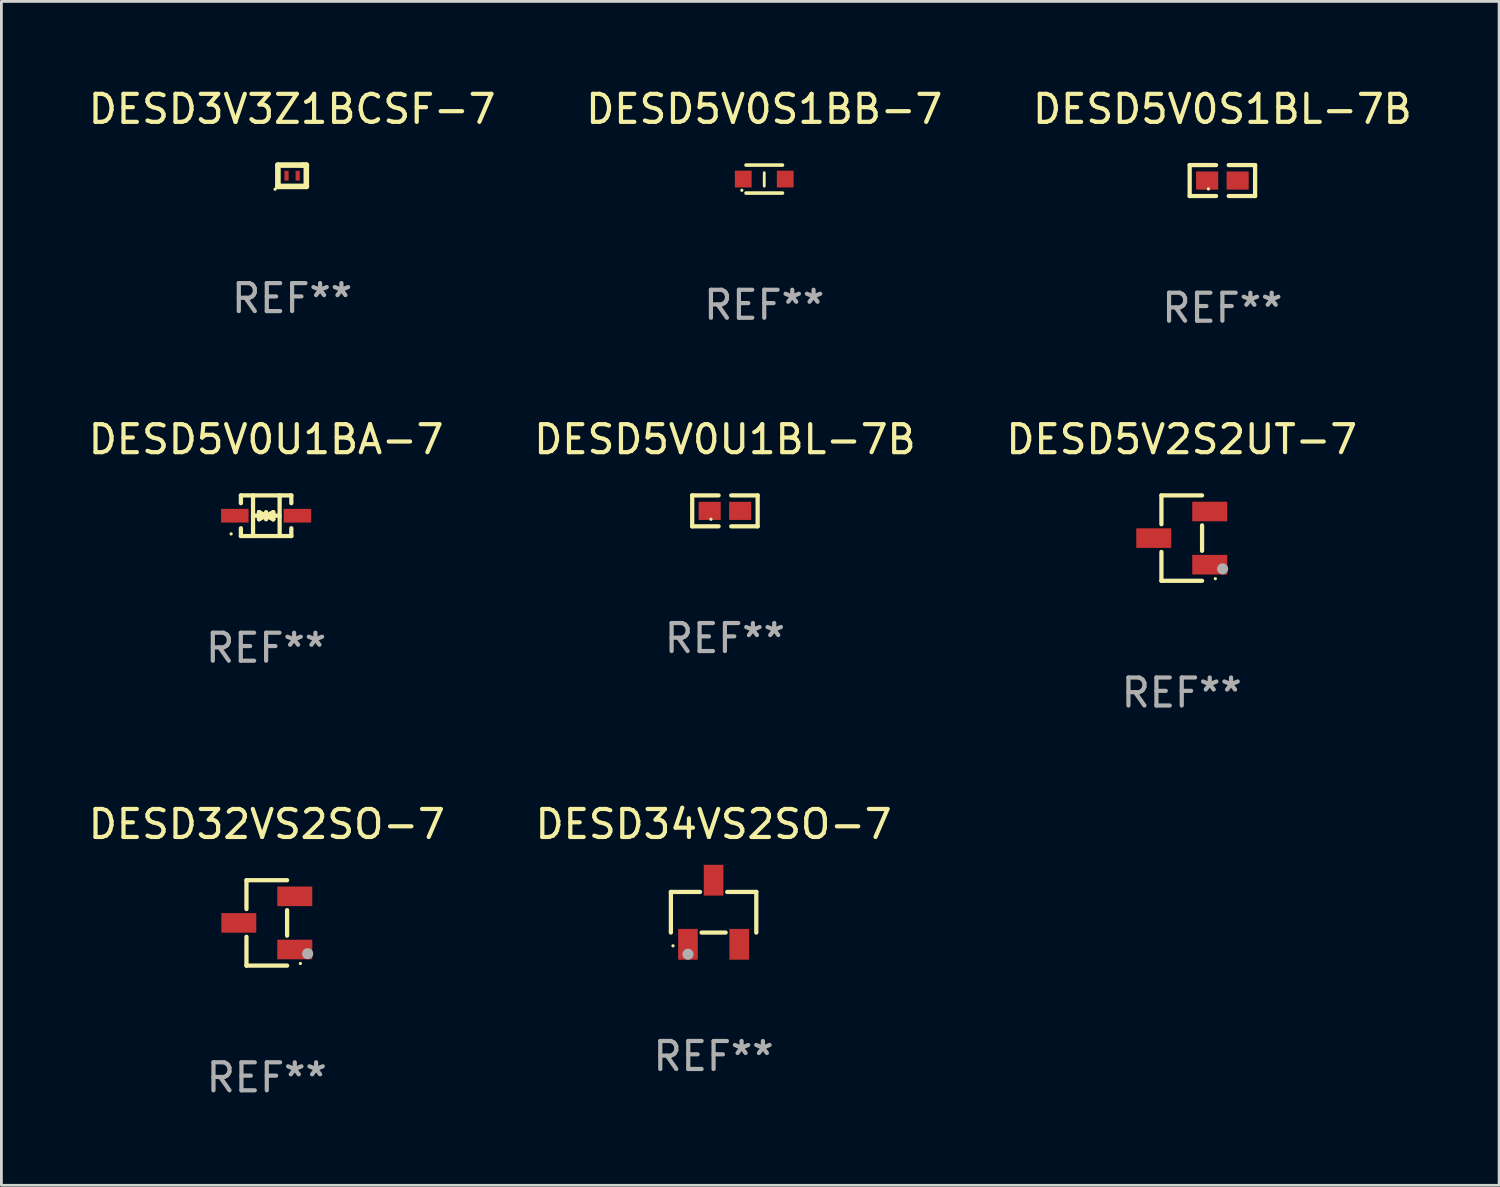
<source format=kicad_pcb>
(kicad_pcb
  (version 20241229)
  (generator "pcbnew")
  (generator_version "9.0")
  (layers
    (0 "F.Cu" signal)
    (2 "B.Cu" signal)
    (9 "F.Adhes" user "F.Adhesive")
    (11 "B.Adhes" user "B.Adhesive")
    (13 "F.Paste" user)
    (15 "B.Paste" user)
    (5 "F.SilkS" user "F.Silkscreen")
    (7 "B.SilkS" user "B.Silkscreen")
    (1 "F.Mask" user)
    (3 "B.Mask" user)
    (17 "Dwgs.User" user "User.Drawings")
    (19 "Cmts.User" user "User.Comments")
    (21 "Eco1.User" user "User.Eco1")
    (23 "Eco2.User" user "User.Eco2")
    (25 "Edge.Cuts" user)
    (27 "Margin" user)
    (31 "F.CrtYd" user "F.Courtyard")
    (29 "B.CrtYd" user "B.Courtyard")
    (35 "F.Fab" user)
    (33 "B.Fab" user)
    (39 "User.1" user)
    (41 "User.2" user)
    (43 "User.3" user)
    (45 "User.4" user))
  (footprint "DESD3V3Z1BCSF-7"
    (layer "F.Cu")
    (at 7.387 3.229)
    (property "Reference" "DESD3V3Z1BCSF-7" (at 0 -2.381 0) (layer "F.SilkS") (effects (font (size 1 1) (thickness 0.15))))
    (attr through_hole)
    (fp_line (start -0.508 -0.381) (end 0.381 -0.381) (stroke (width 0.2) (type solid)) (layer "F.SilkS"))
    (fp_line (start -0.508 0.381) (end -0.508 -0.381) (stroke (width 0.2) (type solid)) (layer "F.SilkS"))
    (fp_line (start 0.381 -0.381) (end 0.508 -0.381) (stroke (width 0.2) (type solid)) (layer "F.SilkS"))
    (fp_line (start 0.508 -0.381) (end 0.508 0.381) (stroke (width 0.2) (type solid)) (layer "F.SilkS"))
    (fp_line (start 0.508 0.381) (end -0.508 0.381) (stroke (width 0.2) (type solid)) (layer "F.SilkS"))
    (fp_circle (center -0.608 0.481) (end -0.578 0.481) (stroke (width 0.06) (type solid)) (fill no) (layer "F.SilkS"))
    (fp_text user "REF**" (at 0 4.381 0) (layer "F.Fab") (effects (font (size 1 1) (thickness 0.15))))
    (pad "1" smd rect (at -0.2 0) (size 0.15 0.35) (layers "F.Cu" "F.Mask" "F.Paste"))
    (pad "2" smd rect (at 0.2 0) (size 0.15 0.35) (layers "F.Cu" "F.Mask" "F.Paste")))
  (footprint "DESD5V0S1BL-7B"
    (layer "F.Cu")
    (at 40.625 3.401)
    (property "Reference" "DESD5V0S1BL-7B" (at 0 -2.553 0) (layer "F.SilkS") (effects (font (size 1 1) (thickness 0.15))))
    (attr through_hole)
    (fp_line (start -1.169 -0.553) (end -0.226 -0.553) (stroke (width 0.152) (type solid)) (layer "F.SilkS"))
    (fp_line (start -1.169 0.553) (end -1.169 -0.553) (stroke (width 0.152) (type solid)) (layer "F.SilkS"))
    (fp_line (start -0.226 0.553) (end -1.169 0.553) (stroke (width 0.152) (type solid)) (layer "F.SilkS"))
    (fp_line (start 0.226 0.553) (end 1.169 0.553) (stroke (width 0.152) (type solid)) (layer "F.SilkS"))
    (fp_line (start 1.169 -0.553) (end 0.226 -0.553) (stroke (width 0.152) (type solid)) (layer "F.SilkS"))
    (fp_line (start 1.169 0.553) (end 1.169 -0.553) (stroke (width 0.152) (type solid)) (layer "F.SilkS"))
    (fp_circle (center -0.5 0.3) (end -0.47 0.3) (stroke (width 0.06) (type solid)) (fill no) (layer "F.SilkS"))
    (fp_text user "REF**" (at 0 4.553 0) (layer "F.Fab") (effects (font (size 1 1) (thickness 0.15))))
    (pad "1" smd rect (at -0.545 0) (size 0.79 0.648) (layers "F.Cu" "F.Mask" "F.Paste"))
    (pad "2" smd rect (at 0.545 0) (size 0.79 0.648) (layers "F.Cu" "F.Mask" "F.Paste")))
  (footprint "DESD5V0U1BL-7B"
    (layer "F.Cu")
    (at 22.851 15.203)
    (property "Reference" "DESD5V0U1BL-7B" (at 0 -2.553 0) (layer "F.SilkS") (effects (font (size 1 1) (thickness 0.15))))
    (attr through_hole)
    (fp_line (start -1.169 -0.553) (end -0.226 -0.553) (stroke (width 0.152) (type solid)) (layer "F.SilkS"))
    (fp_line (start -1.169 0.553) (end -1.169 -0.553) (stroke (width 0.152) (type solid)) (layer "F.SilkS"))
    (fp_line (start -0.226 0.553) (end -1.169 0.553) (stroke (width 0.152) (type solid)) (layer "F.SilkS"))
    (fp_line (start 0.226 0.553) (end 1.169 0.553) (stroke (width 0.152) (type solid)) (layer "F.SilkS"))
    (fp_line (start 1.169 -0.553) (end 0.226 -0.553) (stroke (width 0.152) (type solid)) (layer "F.SilkS"))
    (fp_line (start 1.169 0.553) (end 1.169 -0.553) (stroke (width 0.152) (type solid)) (layer "F.SilkS"))
    (fp_circle (center -0.5 0.3) (end -0.47 0.3) (stroke (width 0.06) (type solid)) (fill no) (layer "F.SilkS"))
    (fp_text user "REF**" (at 0 4.553 0) (layer "F.Fab") (effects (font (size 1 1) (thickness 0.15))))
    (pad "1" smd rect (at -0.545 0) (size 0.79 0.648) (layers "F.Cu" "F.Mask" "F.Paste"))
    (pad "2" smd rect (at 0.545 0) (size 0.79 0.648) (layers "F.Cu" "F.Mask" "F.Paste")))
  (footprint "DESD5V0U1BA-7"
    (layer "F.Cu")
    (at 6.458 15.376)
    (property "Reference" "DESD5V0U1BA-7" (at 0 -2.726 0) (layer "F.SilkS") (effects (font (size 1 1) (thickness 0.15))))
    (attr through_hole)
    (fp_line (start -0.901 -0.726) (end -0.901 -0.448) (stroke (width 0.152) (type solid)) (layer "F.SilkS"))
    (fp_line (start -0.901 0.726) (end -0.901 0.448) (stroke (width 0.152) (type solid)) (layer "F.SilkS"))
    (fp_line (start -0.467 0) (end 0.483 -0.003) (stroke (width 0.154) (type solid)) (layer "F.SilkS"))
    (fp_line (start -0.467 0.726) (end -0.467 -0.726) (stroke (width 0.152) (type solid)) (layer "F.SilkS"))
    (fp_line (start -0.254 -0.127) (end -0.254 -0.127) (stroke (width 0.154) (type solid)) (layer "F.SilkS"))
    (fp_line (start -0.254 -0.127) (end -0.002 -0.003) (stroke (width 0.154) (type solid)) (layer "F.SilkS"))
    (fp_line (start -0.254 0.127) (end -0.254 -0.127) (stroke (width 0.154) (type solid)) (layer "F.SilkS"))
    (fp_line (start -0.127 0) (end 0.003 0) (stroke (width 0.154) (type solid)) (layer "F.SilkS"))
    (fp_line (start -0.003 0) (end -0.254 0.127) (stroke (width 0.154) (type solid)) (layer "F.SilkS"))
    (fp_line (start 0 -0.127) (end 0 0.127) (stroke (width 0.154) (type solid)) (layer "F.SilkS"))
    (fp_line (start 0.003 0) (end 0.254 -0.127) (stroke (width 0.154) (type solid)) (layer "F.SilkS"))
    (fp_line (start 0.127 0) (end -0.003 0) (stroke (width 0.154) (type solid)) (layer "F.SilkS"))
    (fp_line (start 0.254 -0.127) (end 0.254 0.127) (stroke (width 0.154) (type solid)) (layer "F.SilkS"))
    (fp_line (start 0.254 0.127) (end 0.002 0.003) (stroke (width 0.154) (type solid)) (layer "F.SilkS"))
    (fp_line (start 0.254 0.127) (end 0.254 0.127) (stroke (width 0.154) (type solid)) (layer "F.SilkS"))
    (fp_line (start 0.483 0.726) (end 0.483 -0.726) (stroke (width 0.152) (type solid)) (layer "F.SilkS"))
    (fp_line (start 0.901 -0.726) (end -0.901 -0.726) (stroke (width 0.152) (type solid)) (layer "F.SilkS"))
    (fp_line (start 0.901 -0.726) (end 0.901 -0.448) (stroke (width 0.152) (type solid)) (layer "F.SilkS"))
    (fp_line (start 0.901 0.726) (end -0.901 0.726) (stroke (width 0.152) (type solid)) (layer "F.SilkS"))
    (fp_line (start 0.901 0.726) (end 0.901 0.448) (stroke (width 0.152) (type solid)) (layer "F.SilkS"))
    (fp_circle (center -1.25 0.65) (end -1.22 0.65) (stroke (width 0.06) (type solid)) (fill no) (layer "F.SilkS"))
    (fp_text user "REF**" (at 0 4.726 0) (layer "F.Fab") (effects (font (size 1 1) (thickness 0.15))))
    (pad "1" smd rect (at -1.118 0) (size 0.985 0.49) (layers "F.Cu" "F.Mask" "F.Paste"))
    (pad "2" smd rect (at 1.118 0) (size 0.985 0.49) (layers "F.Cu" "F.Mask" "F.Paste")))
  (footprint "DESD34VS2SO-7"
    (layer "F.Cu")
    (at 22.446 29.544)
    (property "Reference" "DESD34VS2SO-7" (at 0 -3.145 0) (layer "F.SilkS") (effects (font (size 1 1) (thickness 0.15))))
    (attr through_hole)
    (fp_line (start -1.526 -0.726) (end -0.485 -0.726) (stroke (width 0.152) (type solid)) (layer "F.SilkS"))
    (fp_line (start -1.526 0.726) (end -1.526 -0.726) (stroke (width 0.152) (type solid)) (layer "F.SilkS"))
    (fp_line (start 0.43 0.726) (end -0.43 0.726) (stroke (width 0.152) (type solid)) (layer "F.SilkS"))
    (fp_line (start 1.526 -0.726) (end 0.485 -0.726) (stroke (width 0.152) (type solid)) (layer "F.SilkS"))
    (fp_line (start 1.526 0.726) (end 1.526 -0.726) (stroke (width 0.152) (type solid)) (layer "F.SilkS"))
    (fp_circle (center -1.45 1.2) (end -1.42 1.2) (stroke (width 0.06) (type solid)) (fill no) (layer "F.SilkS"))
    (fp_circle (center -0.915 1.5) (end -0.815 1.5) (stroke (width 0.2) (type solid)) (fill no) (layer "F.Fab"))
    (fp_text user "REF**" (at 0 5.145 0) (layer "F.Fab") (effects (font (size 1 1) (thickness 0.15))))
    (pad "1" smd rect (at -0.915 1.145) (size 0.7 1.1) (layers "F.Cu" "F.Mask" "F.Paste"))
    (pad "2" smd rect (at 0.915 1.145) (size 0.7 1.1) (layers "F.Cu" "F.Mask" "F.Paste"))
    (pad "3" smd rect (at 0.000127 -1.145) (size 0.7 1.1) (layers "F.Cu" "F.Mask" "F.Paste")))
  (footprint "DESD32VS2SO-7"
    (layer "F.Cu")
    (at 6.482 29.925)
    (property "Reference" "DESD32VS2SO-7" (at 0 -3.526 0) (layer "F.SilkS") (effects (font (size 1 1) (thickness 0.15))))
    (attr through_hole)
    (fp_line (start -0.726 -1.526) (end -0.726 -0.495) (stroke (width 0.152) (type solid)) (layer "F.SilkS"))
    (fp_line (start -0.726 1.526) (end -0.726 0.495) (stroke (width 0.152) (type solid)) (layer "F.SilkS"))
    (fp_line (start 0.726 -1.526) (end -0.726 -1.526) (stroke (width 0.152) (type solid)) (layer "F.SilkS"))
    (fp_line (start 0.726 -0.455) (end 0.726 0.455) (stroke (width 0.152) (type solid)) (layer "F.SilkS"))
    (fp_line (start 0.726 1.526) (end -0.726 1.526) (stroke (width 0.152) (type solid)) (layer "F.SilkS"))
    (fp_circle (center 1.2 1.45) (end 1.23 1.45) (stroke (width 0.06) (type solid)) (fill no) (layer "F.SilkS"))
    (fp_circle (center 1.46 1.1) (end 1.56 1.1) (stroke (width 0.2) (type solid)) (fill no) (layer "F.Fab"))
    (fp_text user "REF**" (at 0 5.526 0) (layer "F.Fab") (effects (font (size 1 1) (thickness 0.15))))
    (pad "1" smd rect (at 1 0.95) (size 1.25 0.7) (layers "F.Cu" "F.Mask" "F.Paste"))
    (pad "2" smd rect (at 1 -0.95) (size 1.25 0.7) (layers "F.Cu" "F.Mask" "F.Paste"))
    (pad "3" smd rect (at -1 0) (size 1.25 0.7) (layers "F.Cu" "F.Mask" "F.Paste")))
  (footprint "DESD5V2S2UT-7"
    (layer "F.Cu")
    (at 39.173 16.176)
    (property "Reference" "DESD5V2S2UT-7" (at 0 -3.526 0) (layer "F.SilkS") (effects (font (size 1 1) (thickness 0.15))))
    (attr through_hole)
    (fp_line (start -0.726 -1.526) (end -0.726 -0.495) (stroke (width 0.152) (type solid)) (layer "F.SilkS"))
    (fp_line (start -0.726 1.526) (end -0.726 0.495) (stroke (width 0.152) (type solid)) (layer "F.SilkS"))
    (fp_line (start 0.726 -1.526) (end -0.726 -1.526) (stroke (width 0.152) (type solid)) (layer "F.SilkS"))
    (fp_line (start 0.726 -0.455) (end 0.726 0.455) (stroke (width 0.152) (type solid)) (layer "F.SilkS"))
    (fp_line (start 0.726 1.526) (end -0.726 1.526) (stroke (width 0.152) (type solid)) (layer "F.SilkS"))
    (fp_circle (center 1.2 1.45) (end 1.23 1.45) (stroke (width 0.06) (type solid)) (fill no) (layer "F.SilkS"))
    (fp_circle (center 1.46 1.1) (end 1.56 1.1) (stroke (width 0.2) (type solid)) (fill no) (layer "F.Fab"))
    (fp_text user "REF**" (at 0 5.526 0) (layer "F.Fab") (effects (font (size 1 1) (thickness 0.15))))
    (pad "1" smd rect (at 1 0.95) (size 1.25 0.7) (layers "F.Cu" "F.Mask" "F.Paste"))
    (pad "2" smd rect (at 1 -0.95) (size 1.25 0.7) (layers "F.Cu" "F.Mask" "F.Paste"))
    (pad "3" smd rect (at -1 0) (size 1.25 0.7) (layers "F.Cu" "F.Mask" "F.Paste")))
  (footprint "DESD5V0S1BB-7"
    (layer "F.Cu")
    (at 24.256 3.348)
    (property "Reference" "DESD5V0S1BB-7" (at 0 -2.5 0) (layer "F.SilkS") (effects (font (size 1 1) (thickness 0.15))))
    (attr through_hole)
    (fp_line (start -0.65 -0.5) (end 0.65 -0.5) (stroke (width 0.13) (type solid)) (layer "F.SilkS"))
    (fp_line (start -0.65 0.5) (end 0.65 0.5) (stroke (width 0.13) (type solid)) (layer "F.SilkS"))
    (fp_line (start 0 -0.229) (end 0 0.254) (stroke (width 0.1) (type solid)) (layer "F.SilkS"))
    (fp_circle (center -0.8 0.4) (end -0.77 0.4) (stroke (width 0.06) (type solid)) (fill no) (layer "F.SilkS"))
    (fp_text user "REF**" (at 0 4.5 0) (layer "F.Fab") (effects (font (size 1 1) (thickness 0.15))))
    (pad "1" smd rect (at -0.75 0) (size 0.6 0.6) (layers "F.Cu" "F.Mask" "F.Paste"))
    (pad "2" smd rect (at 0.75 0 180) (size 0.6 0.6) (layers "F.Cu" "F.Mask" "F.Paste")))
  (gr_rect
    (start -3 -3)
    (end 50.512 39.3)
    (stroke (width 0.1) (type default))
    (fill no)
    (layer "Edge.Cuts")))
</source>
